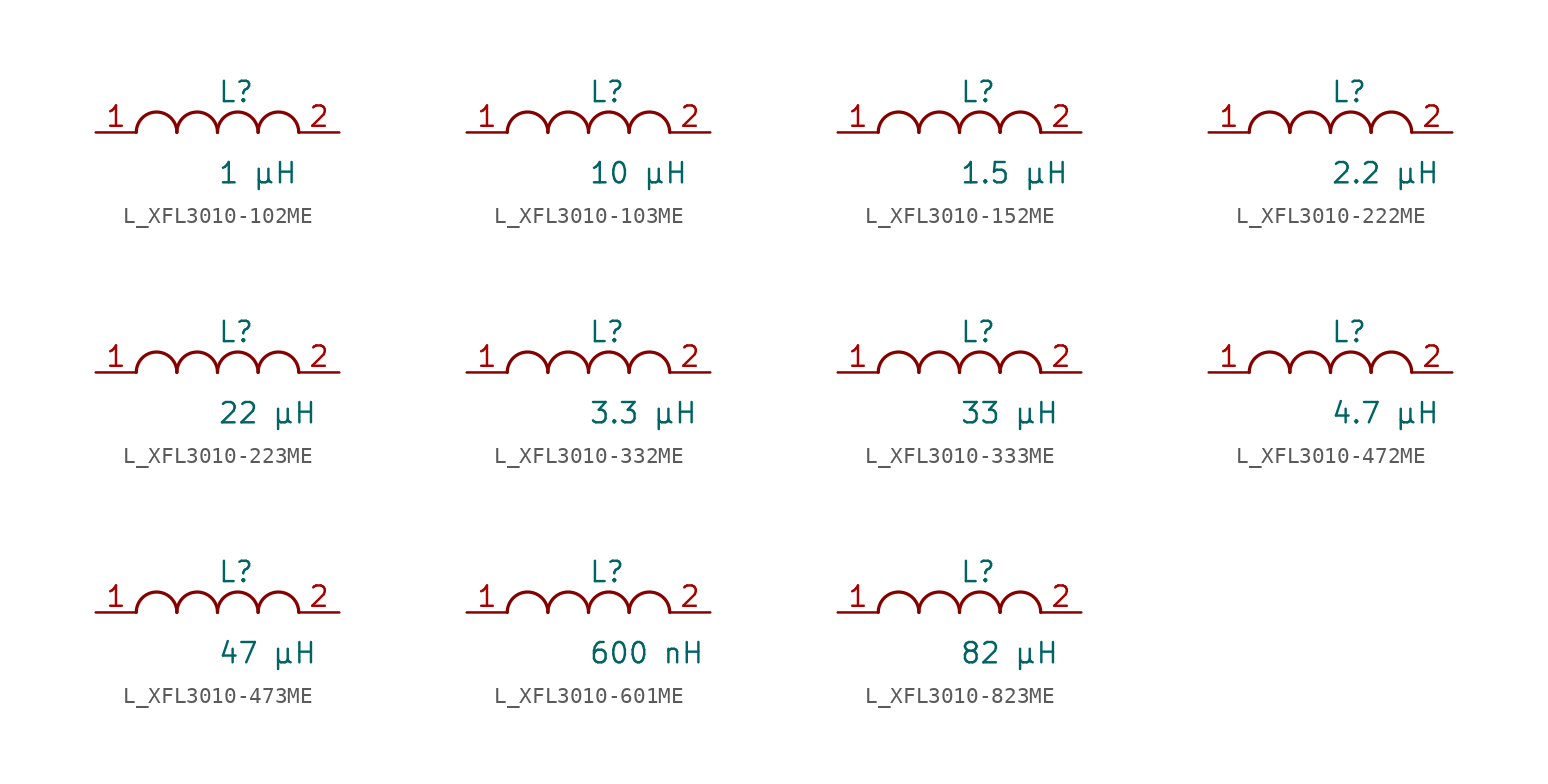
<source format=kicad_sym>
(kicad_symbol_lib
  (version 20231120)
  (generator kicad_symbol_editor)
  (generator_version 8.0)
  (symbol "L_XFL3010-102ME"
    (pin_names
      (offset 0.254))
    (property "Reference" "L"
      (at 0.0 2.54 0)
      (effects (font (size 1.27 1.27)) (justify left)))
    (property "Value" "1 µH"
      (at 0.0 -2.54 0)
      (effects (font (size 1.27 1.27)) (justify left)))
    (symbol "L_XFL3010-102ME_1_1"
      (arc (start -2.54 0.0056) (mid -3.81 1.27) (end -5.08 0.0056) (stroke (width 0.2032) (type default)) (fill (type none)))
      (arc (start 0 0.0056) (mid -1.27 1.27) (end -2.54 0.0056) (stroke (width 0.2032) (type default)) (fill (type none)))
      (arc (start 2.54 0.0056) (mid 1.27 1.27) (end 0 0.0056) (stroke (width 0.2032) (type default)) (fill (type none)))
      (arc (start 5.08 0.0056) (mid 3.81 1.27) (end 2.54 0.0056) (stroke (width 0.2032) (type default)) (fill (type none)))
      (pin unspecified line (at -7.62 0 0) (length 2.54) (name "" (effects (font (size 1.27 1.27)))) (number "1" (effects (font (size 1.27 1.27)))))
      (pin unspecified line (at 7.62 0 180) (length 2.54) (name "" (effects (font (size 1.27 1.27)))) (number "2" (effects (font (size 1.27 1.27)))))))
  (symbol "L_XFL3010-103ME"
    (pin_names
      (offset 0.254))
    (property "Reference" "L"
      (at 0.0 2.54 0)
      (effects (font (size 1.27 1.27)) (justify left)))
    (property "Value" "10 µH"
      (at 0.0 -2.54 0)
      (effects (font (size 1.27 1.27)) (justify left)))
    (symbol "L_XFL3010-103ME_1_1"
      (arc (start -2.54 0.0056) (mid -3.81 1.27) (end -5.08 0.0056) (stroke (width 0.2032) (type default)) (fill (type none)))
      (arc (start 0 0.0056) (mid -1.27 1.27) (end -2.54 0.0056) (stroke (width 0.2032) (type default)) (fill (type none)))
      (arc (start 2.54 0.0056) (mid 1.27 1.27) (end 0 0.0056) (stroke (width 0.2032) (type default)) (fill (type none)))
      (arc (start 5.08 0.0056) (mid 3.81 1.27) (end 2.54 0.0056) (stroke (width 0.2032) (type default)) (fill (type none)))
      (pin unspecified line (at -7.62 0 0) (length 2.54) (name "" (effects (font (size 1.27 1.27)))) (number "1" (effects (font (size 1.27 1.27)))))
      (pin unspecified line (at 7.62 0 180) (length 2.54) (name "" (effects (font (size 1.27 1.27)))) (number "2" (effects (font (size 1.27 1.27)))))))
  (symbol "L_XFL3010-152ME"
    (pin_names
      (offset 0.254))
    (property "Reference" "L"
      (at 0.0 2.54 0)
      (effects (font (size 1.27 1.27)) (justify left)))
    (property "Value" "1.5 µH"
      (at 0.0 -2.54 0)
      (effects (font (size 1.27 1.27)) (justify left)))
    (symbol "L_XFL3010-152ME_1_1"
      (arc (start -2.54 0.0056) (mid -3.81 1.27) (end -5.08 0.0056) (stroke (width 0.2032) (type default)) (fill (type none)))
      (arc (start 0 0.0056) (mid -1.27 1.27) (end -2.54 0.0056) (stroke (width 0.2032) (type default)) (fill (type none)))
      (arc (start 2.54 0.0056) (mid 1.27 1.27) (end 0 0.0056) (stroke (width 0.2032) (type default)) (fill (type none)))
      (arc (start 5.08 0.0056) (mid 3.81 1.27) (end 2.54 0.0056) (stroke (width 0.2032) (type default)) (fill (type none)))
      (pin unspecified line (at -7.62 0 0) (length 2.54) (name "" (effects (font (size 1.27 1.27)))) (number "1" (effects (font (size 1.27 1.27)))))
      (pin unspecified line (at 7.62 0 180) (length 2.54) (name "" (effects (font (size 1.27 1.27)))) (number "2" (effects (font (size 1.27 1.27)))))))
  (symbol "L_XFL3010-222ME"
    (pin_names
      (offset 0.254))
    (property "Reference" "L"
      (at 0.0 2.54 0)
      (effects (font (size 1.27 1.27)) (justify left)))
    (property "Value" "2.2 µH"
      (at 0.0 -2.54 0)
      (effects (font (size 1.27 1.27)) (justify left)))
    (symbol "L_XFL3010-222ME_1_1"
      (arc (start -2.54 0.0056) (mid -3.81 1.27) (end -5.08 0.0056) (stroke (width 0.2032) (type default)) (fill (type none)))
      (arc (start 0 0.0056) (mid -1.27 1.27) (end -2.54 0.0056) (stroke (width 0.2032) (type default)) (fill (type none)))
      (arc (start 2.54 0.0056) (mid 1.27 1.27) (end 0 0.0056) (stroke (width 0.2032) (type default)) (fill (type none)))
      (arc (start 5.08 0.0056) (mid 3.81 1.27) (end 2.54 0.0056) (stroke (width 0.2032) (type default)) (fill (type none)))
      (pin unspecified line (at -7.62 0 0) (length 2.54) (name "" (effects (font (size 1.27 1.27)))) (number "1" (effects (font (size 1.27 1.27)))))
      (pin unspecified line (at 7.62 0 180) (length 2.54) (name "" (effects (font (size 1.27 1.27)))) (number "2" (effects (font (size 1.27 1.27)))))))
  (symbol "L_XFL3010-223ME"
    (pin_names
      (offset 0.254))
    (property "Reference" "L"
      (at 0.0 2.54 0)
      (effects (font (size 1.27 1.27)) (justify left)))
    (property "Value" "22 µH"
      (at 0.0 -2.54 0)
      (effects (font (size 1.27 1.27)) (justify left)))
    (symbol "L_XFL3010-223ME_1_1"
      (arc (start -2.54 0.0056) (mid -3.81 1.27) (end -5.08 0.0056) (stroke (width 0.2032) (type default)) (fill (type none)))
      (arc (start 0 0.0056) (mid -1.27 1.27) (end -2.54 0.0056) (stroke (width 0.2032) (type default)) (fill (type none)))
      (arc (start 2.54 0.0056) (mid 1.27 1.27) (end 0 0.0056) (stroke (width 0.2032) (type default)) (fill (type none)))
      (arc (start 5.08 0.0056) (mid 3.81 1.27) (end 2.54 0.0056) (stroke (width 0.2032) (type default)) (fill (type none)))
      (pin unspecified line (at -7.62 0 0) (length 2.54) (name "" (effects (font (size 1.27 1.27)))) (number "1" (effects (font (size 1.27 1.27)))))
      (pin unspecified line (at 7.62 0 180) (length 2.54) (name "" (effects (font (size 1.27 1.27)))) (number "2" (effects (font (size 1.27 1.27)))))))
  (symbol "L_XFL3010-332ME"
    (pin_names
      (offset 0.254))
    (property "Reference" "L"
      (at 0.0 2.54 0)
      (effects (font (size 1.27 1.27)) (justify left)))
    (property "Value" "3.3 µH"
      (at 0.0 -2.54 0)
      (effects (font (size 1.27 1.27)) (justify left)))
    (symbol "L_XFL3010-332ME_1_1"
      (arc (start -2.54 0.0056) (mid -3.81 1.27) (end -5.08 0.0056) (stroke (width 0.2032) (type default)) (fill (type none)))
      (arc (start 0 0.0056) (mid -1.27 1.27) (end -2.54 0.0056) (stroke (width 0.2032) (type default)) (fill (type none)))
      (arc (start 2.54 0.0056) (mid 1.27 1.27) (end 0 0.0056) (stroke (width 0.2032) (type default)) (fill (type none)))
      (arc (start 5.08 0.0056) (mid 3.81 1.27) (end 2.54 0.0056) (stroke (width 0.2032) (type default)) (fill (type none)))
      (pin unspecified line (at -7.62 0 0) (length 2.54) (name "" (effects (font (size 1.27 1.27)))) (number "1" (effects (font (size 1.27 1.27)))))
      (pin unspecified line (at 7.62 0 180) (length 2.54) (name "" (effects (font (size 1.27 1.27)))) (number "2" (effects (font (size 1.27 1.27)))))))
  (symbol "L_XFL3010-333ME"
    (pin_names
      (offset 0.254))
    (property "Reference" "L"
      (at 0.0 2.54 0)
      (effects (font (size 1.27 1.27)) (justify left)))
    (property "Value" "33 µH"
      (at 0.0 -2.54 0)
      (effects (font (size 1.27 1.27)) (justify left)))
    (symbol "L_XFL3010-333ME_1_1"
      (arc (start -2.54 0.0056) (mid -3.81 1.27) (end -5.08 0.0056) (stroke (width 0.2032) (type default)) (fill (type none)))
      (arc (start 0 0.0056) (mid -1.27 1.27) (end -2.54 0.0056) (stroke (width 0.2032) (type default)) (fill (type none)))
      (arc (start 2.54 0.0056) (mid 1.27 1.27) (end 0 0.0056) (stroke (width 0.2032) (type default)) (fill (type none)))
      (arc (start 5.08 0.0056) (mid 3.81 1.27) (end 2.54 0.0056) (stroke (width 0.2032) (type default)) (fill (type none)))
      (pin unspecified line (at -7.62 0 0) (length 2.54) (name "" (effects (font (size 1.27 1.27)))) (number "1" (effects (font (size 1.27 1.27)))))
      (pin unspecified line (at 7.62 0 180) (length 2.54) (name "" (effects (font (size 1.27 1.27)))) (number "2" (effects (font (size 1.27 1.27)))))))
  (symbol "L_XFL3010-472ME"
    (pin_names
      (offset 0.254))
    (property "Reference" "L"
      (at 0.0 2.54 0)
      (effects (font (size 1.27 1.27)) (justify left)))
    (property "Value" "4.7 µH"
      (at 0.0 -2.54 0)
      (effects (font (size 1.27 1.27)) (justify left)))
    (symbol "L_XFL3010-472ME_1_1"
      (arc (start -2.54 0.0056) (mid -3.81 1.27) (end -5.08 0.0056) (stroke (width 0.2032) (type default)) (fill (type none)))
      (arc (start 0 0.0056) (mid -1.27 1.27) (end -2.54 0.0056) (stroke (width 0.2032) (type default)) (fill (type none)))
      (arc (start 2.54 0.0056) (mid 1.27 1.27) (end 0 0.0056) (stroke (width 0.2032) (type default)) (fill (type none)))
      (arc (start 5.08 0.0056) (mid 3.81 1.27) (end 2.54 0.0056) (stroke (width 0.2032) (type default)) (fill (type none)))
      (pin unspecified line (at -7.62 0 0) (length 2.54) (name "" (effects (font (size 1.27 1.27)))) (number "1" (effects (font (size 1.27 1.27)))))
      (pin unspecified line (at 7.62 0 180) (length 2.54) (name "" (effects (font (size 1.27 1.27)))) (number "2" (effects (font (size 1.27 1.27)))))))
  (symbol "L_XFL3010-473ME"
    (pin_names
      (offset 0.254))
    (property "Reference" "L"
      (at 0.0 2.54 0)
      (effects (font (size 1.27 1.27)) (justify left)))
    (property "Value" "47 µH"
      (at 0.0 -2.54 0)
      (effects (font (size 1.27 1.27)) (justify left)))
    (symbol "L_XFL3010-473ME_1_1"
      (arc (start -2.54 0.0056) (mid -3.81 1.27) (end -5.08 0.0056) (stroke (width 0.2032) (type default)) (fill (type none)))
      (arc (start 0 0.0056) (mid -1.27 1.27) (end -2.54 0.0056) (stroke (width 0.2032) (type default)) (fill (type none)))
      (arc (start 2.54 0.0056) (mid 1.27 1.27) (end 0 0.0056) (stroke (width 0.2032) (type default)) (fill (type none)))
      (arc (start 5.08 0.0056) (mid 3.81 1.27) (end 2.54 0.0056) (stroke (width 0.2032) (type default)) (fill (type none)))
      (pin unspecified line (at -7.62 0 0) (length 2.54) (name "" (effects (font (size 1.27 1.27)))) (number "1" (effects (font (size 1.27 1.27)))))
      (pin unspecified line (at 7.62 0 180) (length 2.54) (name "" (effects (font (size 1.27 1.27)))) (number "2" (effects (font (size 1.27 1.27)))))))
  (symbol "L_XFL3010-601ME"
    (pin_names
      (offset 0.254))
    (property "Reference" "L"
      (at 0.0 2.54 0)
      (effects (font (size 1.27 1.27)) (justify left)))
    (property "Value" "600 nH"
      (at 0.0 -2.54 0)
      (effects (font (size 1.27 1.27)) (justify left)))
    (symbol "L_XFL3010-601ME_1_1"
      (arc (start -2.54 0.0056) (mid -3.81 1.27) (end -5.08 0.0056) (stroke (width 0.2032) (type default)) (fill (type none)))
      (arc (start 0 0.0056) (mid -1.27 1.27) (end -2.54 0.0056) (stroke (width 0.2032) (type default)) (fill (type none)))
      (arc (start 2.54 0.0056) (mid 1.27 1.27) (end 0 0.0056) (stroke (width 0.2032) (type default)) (fill (type none)))
      (arc (start 5.08 0.0056) (mid 3.81 1.27) (end 2.54 0.0056) (stroke (width 0.2032) (type default)) (fill (type none)))
      (pin unspecified line (at -7.62 0 0) (length 2.54) (name "" (effects (font (size 1.27 1.27)))) (number "1" (effects (font (size 1.27 1.27)))))
      (pin unspecified line (at 7.62 0 180) (length 2.54) (name "" (effects (font (size 1.27 1.27)))) (number "2" (effects (font (size 1.27 1.27)))))))
  (symbol "L_XFL3010-823ME"
    (pin_names
      (offset 0.254))
    (property "Reference" "L"
      (at 0.0 2.54 0)
      (effects (font (size 1.27 1.27)) (justify left)))
    (property "Value" "82 µH"
      (at 0.0 -2.54 0)
      (effects (font (size 1.27 1.27)) (justify left)))
    (symbol "L_XFL3010-823ME_1_1"
      (arc (start -2.54 0.0056) (mid -3.81 1.27) (end -5.08 0.0056) (stroke (width 0.2032) (type default)) (fill (type none)))
      (arc (start 0 0.0056) (mid -1.27 1.27) (end -2.54 0.0056) (stroke (width 0.2032) (type default)) (fill (type none)))
      (arc (start 2.54 0.0056) (mid 1.27 1.27) (end 0 0.0056) (stroke (width 0.2032) (type default)) (fill (type none)))
      (arc (start 5.08 0.0056) (mid 3.81 1.27) (end 2.54 0.0056) (stroke (width 0.2032) (type default)) (fill (type none)))
      (pin unspecified line (at -7.62 0 0) (length 2.54) (name "" (effects (font (size 1.27 1.27)))) (number "1" (effects (font (size 1.27 1.27)))))
      (pin unspecified line (at 7.62 0 180) (length 2.54) (name "" (effects (font (size 1.27 1.27)))) (number "2" (effects (font (size 1.27 1.27))))))))
</source>
